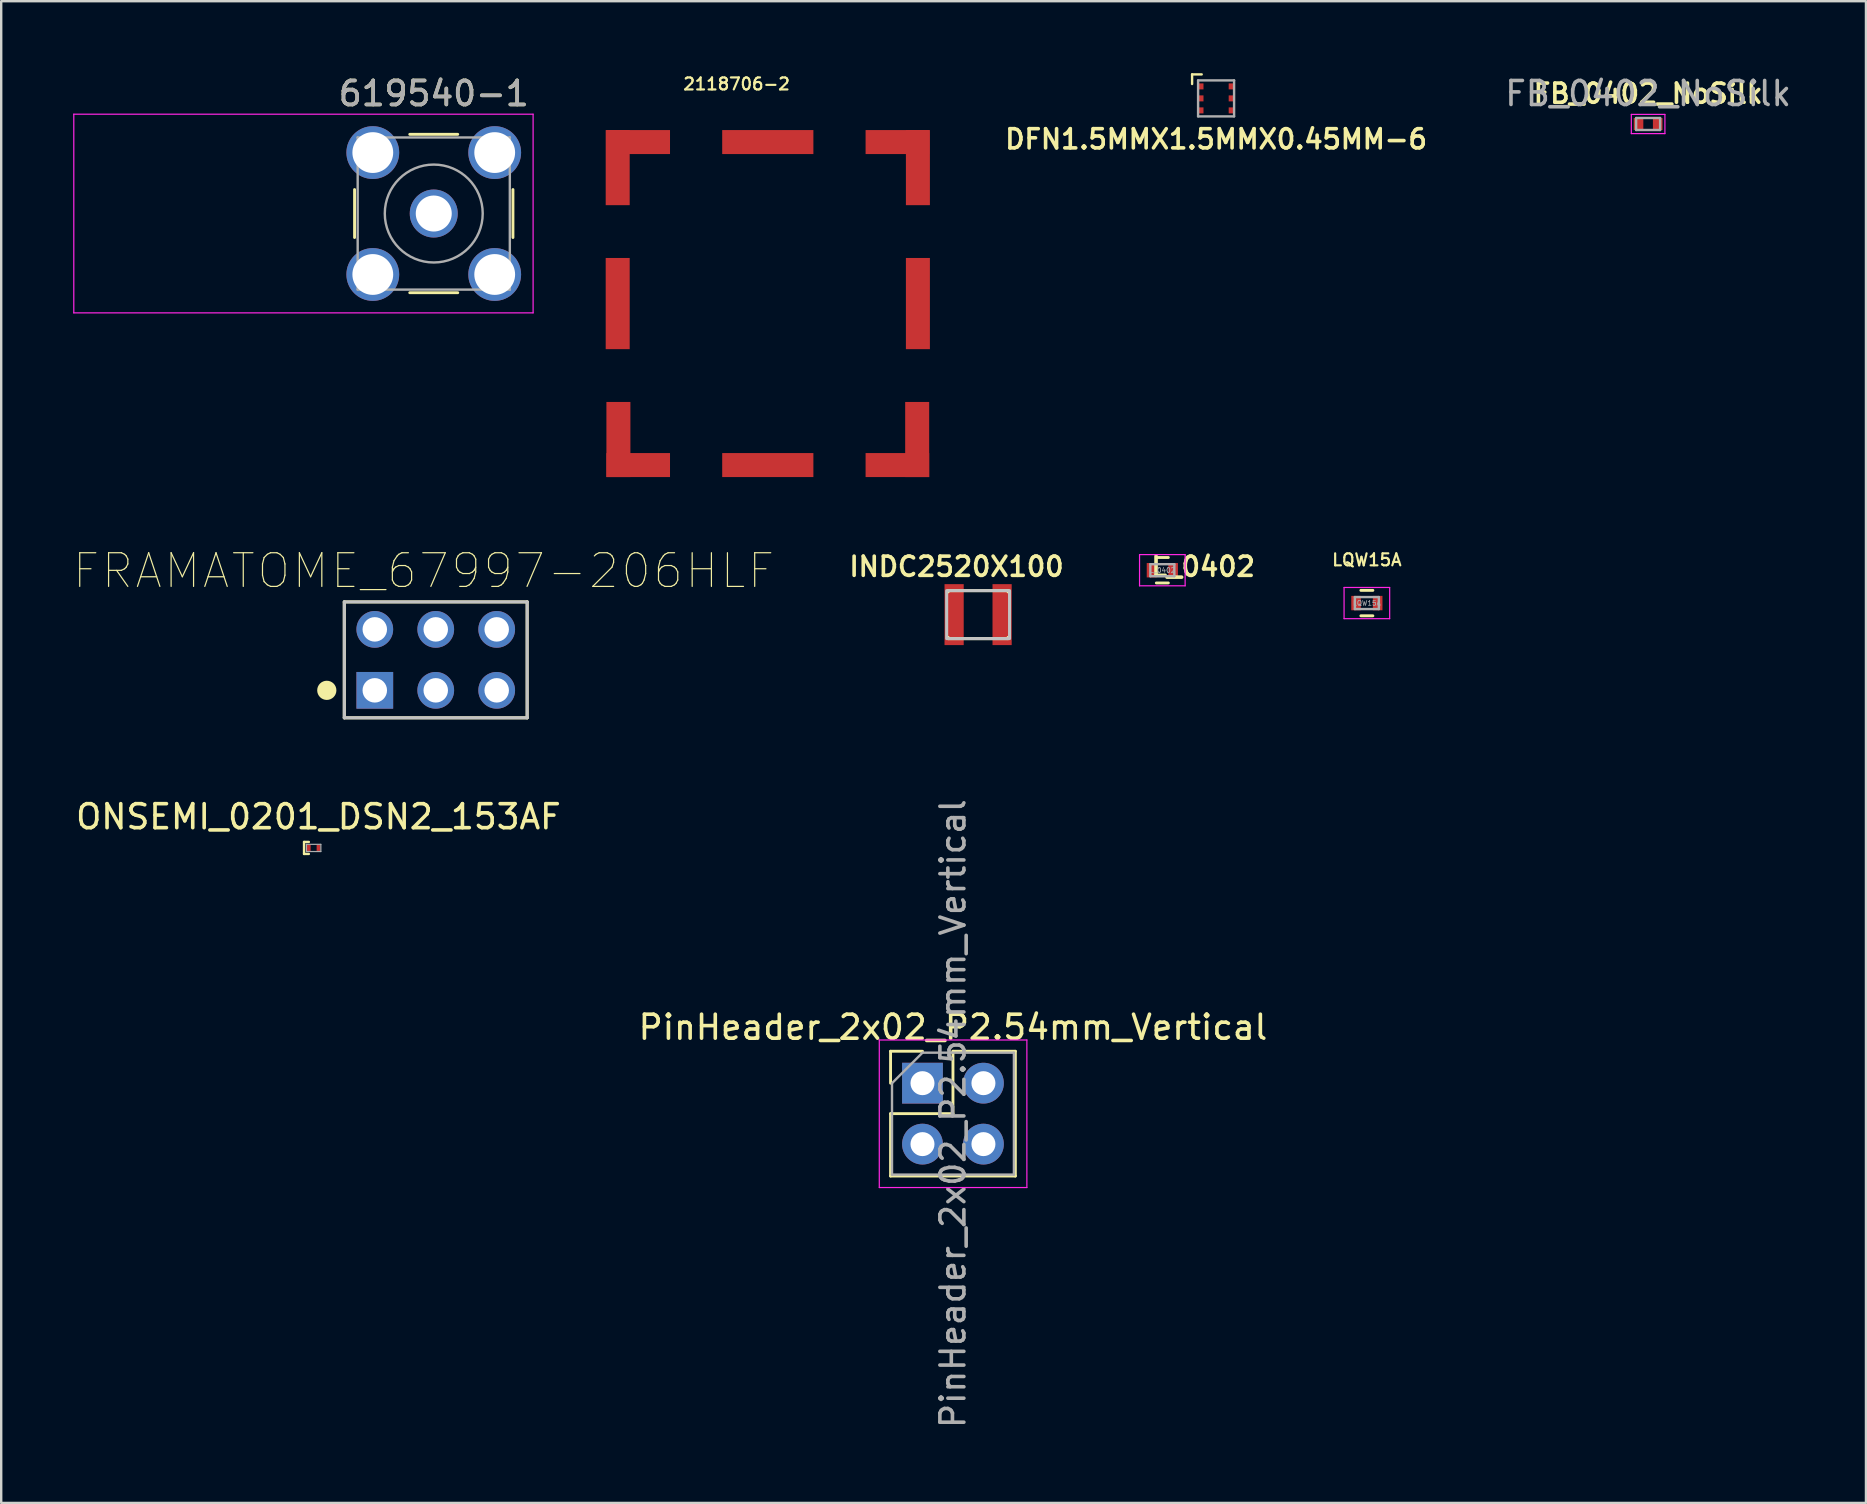
<source format=kicad_pcb>
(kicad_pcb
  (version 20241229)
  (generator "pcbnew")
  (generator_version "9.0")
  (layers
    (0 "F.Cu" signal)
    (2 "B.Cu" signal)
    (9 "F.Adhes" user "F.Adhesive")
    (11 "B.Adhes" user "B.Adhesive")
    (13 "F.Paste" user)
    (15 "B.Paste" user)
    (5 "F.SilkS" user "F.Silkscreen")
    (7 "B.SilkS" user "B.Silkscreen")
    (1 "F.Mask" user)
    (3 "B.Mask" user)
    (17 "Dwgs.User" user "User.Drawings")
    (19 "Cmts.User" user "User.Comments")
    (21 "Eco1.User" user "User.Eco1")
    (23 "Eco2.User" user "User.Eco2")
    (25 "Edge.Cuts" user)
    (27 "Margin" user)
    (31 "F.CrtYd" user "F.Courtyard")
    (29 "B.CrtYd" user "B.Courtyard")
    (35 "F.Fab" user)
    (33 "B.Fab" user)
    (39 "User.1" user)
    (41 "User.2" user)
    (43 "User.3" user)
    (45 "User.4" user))
  (footprint "INDC2520X100"
    (layer "F.Cu")
    (at 37.709 22.562)
    (property "Reference" "INDC2520X100" (at -0.9 -2 0) (layer "F.SilkS") (effects (font (size 0.8 0.8) (thickness 0.15))))
    (attr smd)
    (fp_line (start -1.25 -1) (end -1.25 -0.95) (stroke (width 0.127) (type solid)) (layer "F.SilkS"))
    (fp_line (start -1.25 -1) (end 1.25 -1) (stroke (width 0.127) (type solid)) (layer "F.SilkS"))
    (fp_line (start -1.25 1) (end -1.25 0.95) (stroke (width 0.127) (type solid)) (layer "F.SilkS"))
    (fp_line (start -1.25 1) (end 1.25 1) (stroke (width 0.127) (type solid)) (layer "F.SilkS"))
    (fp_line (start 1.25 -1) (end 1.25 -0.95) (stroke (width 0.127) (type solid)) (layer "F.SilkS"))
    (fp_line (start 1.25 1) (end 1.25 0.95) (stroke (width 0.127) (type solid)) (layer "F.SilkS"))
    (fp_line (start -1.31 1) (end -1.31 -1) (stroke (width 0.127) (type solid)) (layer "Dwgs.User"))
    (fp_line (start -1.25 -1) (end 1.25 -1) (stroke (width 0.127) (type solid)) (layer "Dwgs.User"))
    (fp_line (start 1.25 1) (end -1.25 1) (stroke (width 0.127) (type solid)) (layer "Dwgs.User"))
    (fp_line (start 1.31 -1) (end 1.31 1) (stroke (width 0.127) (type solid)) (layer "Dwgs.User"))
    (fp_line (start -1.723 -1.3) (end 1.723 -1.3) (stroke (width 0.051) (type solid)) (layer "Eco1.User"))
    (fp_line (start -1.723 1.3) (end -1.723 -1.3) (stroke (width 0.051) (type solid)) (layer "Eco1.User"))
    (fp_line (start 1.723 -1.3) (end 1.723 1.3) (stroke (width 0.051) (type solid)) (layer "Eco1.User"))
    (fp_line (start 1.723 1.3) (end -1.723 1.3) (stroke (width 0.051) (type solid)) (layer "Eco1.User"))
    (pad "1" smd rect (at -1 0) (size 0.8 2.54) (layers "F.Cu" "F.Mask" "F.Paste"))
    (pad "2" smd rect (at 1 0) (size 0.8 2.54) (layers "F.Cu" "F.Mask" "F.Paste")))
  (footprint "2118706-2"
    (layer "F.Cu")
    (at 28.945 9.6)
    (property "Reference" "2118706-2" (at -1.3 -9.15 0) (layer "F.SilkS") (effects (font (size 0.5 0.5) (thickness 0.09))))
    (attr through_hole)
    (pad "1" smd rect (at -6.255 -5.665 180) (size 1 3.13) (layers "F.Cu" "F.Mask" "F.Paste"))
    (pad "1" smd rect (at -5.4 -6.73 270) (size 1 2.65) (layers "F.Cu" "F.Mask" "F.Paste"))
    (pad "2" smd rect (at -6.255 0) (size 1 3.8) (layers "F.Cu" "F.Mask" "F.Paste"))
    (pad "3" smd rect (at -6.225 5.665 180) (size 1 3.13) (layers "F.Cu" "F.Mask" "F.Paste"))
    (pad "3" smd rect (at -5.4 6.73 270) (size 1 2.65) (layers "F.Cu" "F.Mask" "F.Paste"))
    (pad "4" smd rect (at 0 6.73 90) (size 1 3.8) (layers "F.Cu" "F.Mask" "F.Paste"))
    (pad "5" smd rect (at 5.4 6.73 270) (size 1 2.65) (layers "F.Cu" "F.Mask" "F.Paste"))
    (pad "5" smd rect (at 6.225 5.665 180) (size 1 3.13) (layers "F.Cu" "F.Mask" "F.Paste"))
    (pad "6" smd rect (at 6.255 0) (size 1 3.8) (layers "F.Cu" "F.Mask" "F.Paste"))
    (pad "7" smd rect (at 5.4 -6.73 270) (size 1 2.65) (layers "F.Cu" "F.Mask" "F.Paste"))
    (pad "7" smd rect (at 6.255 -5.665 180) (size 1 3.13) (layers "F.Cu" "F.Mask" "F.Paste"))
    (pad "8" smd rect (at 0 -6.73 90) (size 1 3.8) (layers "F.Cu" "F.Mask" "F.Paste")))
  (footprint "LQW15A"
    (layer "F.Cu")
    (at 53.909 22.081)
    (property "Reference" "LQW15A" (at 0 -1.8 0) (layer "F.SilkS") (effects (font (size 0.5 0.5) (thickness 0.09))))
    (attr smd)
    (fp_line (start -0.25 0.53) (end 0.25 0.53) (stroke (width 0.12) (type solid)) (layer "F.SilkS"))
    (fp_line (start 0.25 -0.53) (end -0.25 -0.53) (stroke (width 0.12) (type solid)) (layer "F.SilkS"))
    (fp_line (start -0.95 -0.65) (end -0.95 0.65) (stroke (width 0.05) (type solid)) (layer "F.CrtYd"))
    (fp_line (start -0.95 -0.65) (end 0.95 -0.65) (stroke (width 0.05) (type solid)) (layer "F.CrtYd"))
    (fp_line (start -0.95 0.65) (end 0.95 0.65) (stroke (width 0.05) (type solid)) (layer "F.CrtYd"))
    (fp_line (start 0.95 -0.65) (end 0.95 0.65) (stroke (width 0.05) (type solid)) (layer "F.CrtYd"))
    (fp_line (start -0.5 -0.25) (end 0.5 -0.25) (stroke (width 0.1) (type solid)) (layer "F.Fab"))
    (fp_line (start -0.5 0.25) (end -0.5 -0.25) (stroke (width 0.1) (type solid)) (layer "F.Fab"))
    (fp_line (start 0.5 -0.25) (end 0.5 0.25) (stroke (width 0.1) (type solid)) (layer "F.Fab"))
    (fp_line (start 0.5 0.25) (end -0.5 0.25) (stroke (width 0.1) (type solid)) (layer "F.Fab"))
    (fp_text user "${REFERENCE}" (at 0 0 0) (layer "F.Fab") (effects (font (size 0.2 0.2) (thickness 0.03))))
    (pad "1" smd rect (at -0.45 0) (size 0.4 0.6) (layers "F.Cu" "F.Mask" "F.Paste"))
    (pad "2" smd rect (at 0.45 0) (size 0.4 0.6) (layers "F.Cu" "F.Mask" "F.Paste")))
  (footprint "FB_0402_NoSilk"
    (layer "F.Cu")
    (at 65.629 2.118)
    (property "Reference" "FB_0402_NoSilk" (at 0 -1.27 0) (layer "F.SilkS") (effects (font (size 0.8 0.8) (thickness 0.15))))
    (attr smd)
    (fp_line (start -0.7 -0.4) (end -0.7 0.4) (stroke (width 0.05) (type solid)) (layer "F.CrtYd"))
    (fp_line (start -0.7 -0.4) (end 0.7 -0.4) (stroke (width 0.05) (type solid)) (layer "F.CrtYd"))
    (fp_line (start 0.7 0.4) (end -0.7 0.4) (stroke (width 0.05) (type solid)) (layer "F.CrtYd"))
    (fp_line (start 0.7 0.4) (end 0.7 -0.4) (stroke (width 0.05) (type solid)) (layer "F.CrtYd"))
    (fp_line (start -0.5 -0.25) (end 0.5 -0.25) (stroke (width 0.1) (type solid)) (layer "F.Fab"))
    (fp_line (start -0.5 0.25) (end -0.5 -0.25) (stroke (width 0.1) (type solid)) (layer "F.Fab"))
    (fp_line (start 0.5 -0.25) (end 0.5 0.25) (stroke (width 0.1) (type solid)) (layer "F.Fab"))
    (fp_line (start 0.5 0.25) (end -0.5 0.25) (stroke (width 0.1) (type solid)) (layer "F.Fab"))
    (fp_text user "${REFERENCE}" (at 0 -1.27 0) (layer "F.Fab") (effects (font (size 1 1) (thickness 0.15))))
    (pad "1" smd rect (at -0.4 0) (size 0.4 0.5) (layers "F.Cu" "F.Mask" "F.Paste"))
    (pad "2" smd rect (at 0.4 0) (size 0.4 0.5) (layers "F.Cu" "F.Mask" "F.Paste")))
  (footprint "L_0402"
    (layer "F.Cu")
    (at 45.386 20.712)
    (property "Reference" "L_0402" (at 1.7 -0.15 0) (layer "F.SilkS") (effects (font (size 0.8 0.8) (thickness 0.15))))
    (attr smd)
    (fp_line (start -0.25 0.53) (end 0.25 0.53) (stroke (width 0.12) (type solid)) (layer "F.SilkS"))
    (fp_line (start 0.25 -0.53) (end -0.25 -0.53) (stroke (width 0.12) (type solid)) (layer "F.SilkS"))
    (fp_line (start -0.95 -0.65) (end -0.95 0.65) (stroke (width 0.05) (type solid)) (layer "F.CrtYd"))
    (fp_line (start -0.95 -0.65) (end 0.95 -0.65) (stroke (width 0.05) (type solid)) (layer "F.CrtYd"))
    (fp_line (start -0.95 0.65) (end 0.95 0.65) (stroke (width 0.05) (type solid)) (layer "F.CrtYd"))
    (fp_line (start 0.95 -0.65) (end 0.95 0.65) (stroke (width 0.05) (type solid)) (layer "F.CrtYd"))
    (fp_line (start -0.5 -0.25) (end 0.5 -0.25) (stroke (width 0.1) (type solid)) (layer "F.Fab"))
    (fp_line (start -0.5 0.25) (end -0.5 -0.25) (stroke (width 0.1) (type solid)) (layer "F.Fab"))
    (fp_line (start 0.5 -0.25) (end 0.5 0.25) (stroke (width 0.1) (type solid)) (layer "F.Fab"))
    (fp_line (start 0.5 0.25) (end -0.5 0.25) (stroke (width 0.1) (type solid)) (layer "F.Fab"))
    (fp_text user "${REFERENCE}" (at 0 0 0) (layer "F.Fab") (effects (font (size 0.2 0.2) (thickness 0.03))))
    (pad "1" smd rect (at -0.45 0) (size 0.4 0.6) (layers "F.Cu" "F.Mask" "F.Paste"))
    (pad "2" smd rect (at 0.45 0) (size 0.4 0.6) (layers "F.Cu" "F.Mask" "F.Paste")))
  (footprint "DFN1.5MMX1.5MMX0.45MM-6"
    (layer "F.Cu")
    (at 47.626 1.05)
    (property "Reference" "DFN1.5MMX1.5MMX0.45MM-6" (at 0 1.7 0) (layer "F.SilkS") (effects (font (size 0.8 0.8) (thickness 0.15))))
    (attr through_hole)
    (fp_line (start -1 -0.6) (end -1 -1) (stroke (width 0.1) (type solid)) (layer "F.SilkS"))
    (fp_line (start -0.6 -1) (end -1 -1) (stroke (width 0.1) (type solid)) (layer "F.SilkS"))
    (fp_line (start -0.75 -0.75) (end -0.75 0.75) (stroke (width 0.1) (type solid)) (layer "F.Fab"))
    (fp_line (start -0.75 0.75) (end 0.75 0.75) (stroke (width 0.1) (type solid)) (layer "F.Fab"))
    (fp_line (start 0.75 -0.75) (end -0.75 -0.75) (stroke (width 0.1) (type solid)) (layer "F.Fab"))
    (fp_line (start 0.75 0.75) (end 0.75 -0.75) (stroke (width 0.1) (type solid)) (layer "F.Fab"))
    (pad "1" smd rect (at -0.65 -0.5) (size 0.25 0.25) (layers "F.Cu" "F.Mask" "F.Paste"))
    (pad "2" smd rect (at -0.65 0) (size 0.25 0.25) (layers "F.Cu" "F.Mask" "F.Paste"))
    (pad "3" smd rect (at -0.65 0.5) (size 0.25 0.25) (layers "F.Cu" "F.Mask" "F.Paste"))
    (pad "4" smd rect (at 0.65 0.5) (size 0.25 0.25) (layers "F.Cu" "F.Mask" "F.Paste"))
    (pad "5" smd rect (at 0.65 0) (size 0.25 0.25) (layers "F.Cu" "F.Mask" "F.Paste"))
    (pad "6" smd rect (at 0.65 -0.5) (size 0.25 0.25) (layers "F.Cu" "F.Mask" "F.Paste")))
  (footprint "PinHeader_2x02_P2.54mm_Vertical"
    (layer "F.Cu")
    (at 35.391 42.087)
    (property "Reference" "PinHeader_2x02_P2.54mm_Vertical" (at 1.27 -2.33 0) (layer "F.SilkS") (effects (font (size 1 1) (thickness 0.15))))
    (attr through_hole)
    (fp_line (start -1.33 -1.33) (end 0 -1.33) (stroke (width 0.12) (type solid)) (layer "F.SilkS"))
    (fp_line (start -1.33 0) (end -1.33 -1.33) (stroke (width 0.12) (type solid)) (layer "F.SilkS"))
    (fp_line (start -1.33 1.27) (end -1.33 3.87) (stroke (width 0.12) (type solid)) (layer "F.SilkS"))
    (fp_line (start -1.33 1.27) (end 1.27 1.27) (stroke (width 0.12) (type solid)) (layer "F.SilkS"))
    (fp_line (start -1.33 3.87) (end 3.87 3.87) (stroke (width 0.12) (type solid)) (layer "F.SilkS"))
    (fp_line (start 1.27 -1.33) (end 3.87 -1.33) (stroke (width 0.12) (type solid)) (layer "F.SilkS"))
    (fp_line (start 1.27 1.27) (end 1.27 -1.33) (stroke (width 0.12) (type solid)) (layer "F.SilkS"))
    (fp_line (start 3.87 -1.33) (end 3.87 3.87) (stroke (width 0.12) (type solid)) (layer "F.SilkS"))
    (fp_line (start -1.8 -1.8) (end -1.8 4.35) (stroke (width 0.05) (type solid)) (layer "F.CrtYd"))
    (fp_line (start -1.8 4.35) (end 4.35 4.35) (stroke (width 0.05) (type solid)) (layer "F.CrtYd"))
    (fp_line (start 4.35 -1.8) (end -1.8 -1.8) (stroke (width 0.05) (type solid)) (layer "F.CrtYd"))
    (fp_line (start 4.35 4.35) (end 4.35 -1.8) (stroke (width 0.05) (type solid)) (layer "F.CrtYd"))
    (fp_line (start -1.27 0) (end 0 -1.27) (stroke (width 0.1) (type solid)) (layer "F.Fab"))
    (fp_line (start -1.27 3.81) (end -1.27 0) (stroke (width 0.1) (type solid)) (layer "F.Fab"))
    (fp_line (start 0 -1.27) (end 3.81 -1.27) (stroke (width 0.1) (type solid)) (layer "F.Fab"))
    (fp_line (start 3.81 -1.27) (end 3.81 3.81) (stroke (width 0.1) (type solid)) (layer "F.Fab"))
    (fp_line (start 3.81 3.81) (end -1.27 3.81) (stroke (width 0.1) (type solid)) (layer "F.Fab"))
    (fp_text user "${REFERENCE}" (at 1.27 1.27 90) (layer "F.Fab") (effects (font (size 1 1) (thickness 0.15))))
    (pad "1" thru_hole rect (at 0 0) (size 1.7 1.7) (drill 1) (layers "*.Cu" "*.Mask"))
    (pad "2" thru_hole oval (at 2.54 0) (size 1.7 1.7) (drill 1) (layers "*.Cu" "*.Mask"))
    (pad "3" thru_hole oval (at 0 2.54) (size 1.7 1.7) (drill 1) (layers "*.Cu" "*.Mask"))
    (pad "4" thru_hole oval (at 2.54 2.54) (size 1.7 1.7) (drill 1) (layers "*.Cu" "*.Mask")))
  (footprint "619540-1"
    (layer "F.Cu")
    (at 15.025 5.848)
    (property "Reference" "619540-1" (at 0 -5 0) (layer "F.SilkS") (effects (font (size 1 1) (thickness 0.15))))
    (attr through_hole)
    (fp_line (start -3.3 -1) (end -3.3 1) (stroke (width 0.12) (type solid)) (layer "F.SilkS"))
    (fp_line (start -1 -3.3) (end 1 -3.3) (stroke (width 0.12) (type solid)) (layer "F.SilkS"))
    (fp_line (start -1 3.3) (end 1 3.3) (stroke (width 0.12) (type solid)) (layer "F.SilkS"))
    (fp_line (start 3.3 -1) (end 3.3 1) (stroke (width 0.12) (type solid)) (layer "F.SilkS"))
    (fp_line (start -15 -4.14) (end -15 4.14) (stroke (width 0.05) (type solid)) (layer "F.CrtYd"))
    (fp_line (start -15 -4.14) (end 4.14 -4.14) (stroke (width 0.05) (type solid)) (layer "F.CrtYd"))
    (fp_line (start 4.14 4.14) (end -15 4.14) (stroke (width 0.05) (type solid)) (layer "F.CrtYd"))
    (fp_line (start 4.14 4.14) (end 4.14 -4.14) (stroke (width 0.05) (type solid)) (layer "F.CrtYd"))
    (fp_line (start -3.17 -3.17) (end -3.17 3.17) (stroke (width 0.1) (type solid)) (layer "F.Fab"))
    (fp_line (start -3.17 -3.17) (end 3.17 -3.17) (stroke (width 0.1) (type solid)) (layer "F.Fab"))
    (fp_line (start -3.17 3.17) (end 3.17 3.17) (stroke (width 0.1) (type solid)) (layer "F.Fab"))
    (fp_line (start -3.05 -3.05) (end -3.05 -2.03) (stroke (width 0.1) (type solid)) (layer "F.Fab"))
    (fp_line (start -3.05 -3.05) (end -2.03 -3.05) (stroke (width 0.1) (type solid)) (layer "F.Fab"))
    (fp_line (start -3.05 -2.03) (end -2.03 -2.03) (stroke (width 0.1) (type solid)) (layer "F.Fab"))
    (fp_line (start -3.05 2.03) (end -2.03 2.03) (stroke (width 0.1) (type solid)) (layer "F.Fab"))
    (fp_line (start -3.05 3.05) (end -3.05 2.03) (stroke (width 0.1) (type solid)) (layer "F.Fab"))
    (fp_line (start -3.05 3.05) (end -2.03 3.05) (stroke (width 0.1) (type solid)) (layer "F.Fab"))
    (fp_line (start -2.03 -3.05) (end -2.03 -2.03) (stroke (width 0.1) (type solid)) (layer "F.Fab"))
    (fp_line (start -2.03 2.03) (end -2.03 3.05) (stroke (width 0.1) (type solid)) (layer "F.Fab"))
    (fp_line (start 2.03 -3.05) (end 2.03 -2.03) (stroke (width 0.1) (type solid)) (layer "F.Fab"))
    (fp_line (start 2.03 -3.05) (end 3.05 -3.05) (stroke (width 0.1) (type solid)) (layer "F.Fab"))
    (fp_line (start 2.03 -2.03) (end 3.05 -2.03) (stroke (width 0.1) (type solid)) (layer "F.Fab"))
    (fp_line (start 2.03 2.03) (end 2.03 3.05) (stroke (width 0.1) (type solid)) (layer "F.Fab"))
    (fp_line (start 2.03 3.05) (end 3.05 3.05) (stroke (width 0.1) (type solid)) (layer "F.Fab"))
    (fp_line (start 3.05 -3.05) (end 3.05 -2.03) (stroke (width 0.1) (type solid)) (layer "F.Fab"))
    (fp_line (start 3.05 2.03) (end 2.03 2.03) (stroke (width 0.1) (type solid)) (layer "F.Fab"))
    (fp_line (start 3.05 2.03) (end 3.05 3.05) (stroke (width 0.1) (type solid)) (layer "F.Fab"))
    (fp_line (start 3.17 -3.17) (end 3.17 3.17) (stroke (width 0.1) (type solid)) (layer "F.Fab"))
    (fp_circle (center 0 0) (end 0.635 0) (stroke (width 0.1) (type solid)) (fill no) (layer "F.Fab"))
    (fp_circle (center 0 0) (end 2.04 0) (stroke (width 0.1) (type solid)) (fill no) (layer "F.Fab"))
    (fp_text user "${REFERENCE}" (at 0 -5 0) (layer "F.Fab") (effects (font (size 1 1) (thickness 0.15))))
    (pad "1" thru_hole circle (at 0 0) (size 2 2) (drill 1.5) (layers "*.Cu" "*.Mask"))
    (pad "2" thru_hole circle (at -2.54 -2.54) (size 2.2 2.2) (drill 1.7) (layers "*.Cu" "*.Mask"))
    (pad "2" thru_hole circle (at -2.54 2.54) (size 2.2 2.2) (drill 1.7) (layers "*.Cu" "*.Mask"))
    (pad "2" thru_hole circle (at 2.54 -2.54) (size 2.2 2.2) (drill 1.7) (layers "*.Cu" "*.Mask"))
    (pad "2" thru_hole circle (at 2.54 2.54) (size 2.2 2.2) (drill 1.7) (layers "*.Cu" "*.Mask")))
  (footprint "FRAMATOME_67997-206HLF"
    (layer "F.Cu")
    (at 15.108 24.447)
    (property "Reference" "FRAMATOME_67997-206HLF" (at -0.505 -3.708 0) (layer "F.SilkS") (effects (font (size 1.403 1.403) (thickness 0.05))))
    (attr through_hole)
    (fp_line (start -3.81 -2.415) (end 3.81 -2.415) (stroke (width 0.127) (type solid)) (layer "F.SilkS"))
    (fp_line (start -3.81 2.415) (end -3.81 -2.415) (stroke (width 0.127) (type solid)) (layer "F.SilkS"))
    (fp_line (start 3.81 -2.415) (end 3.81 2.415) (stroke (width 0.127) (type solid)) (layer "F.SilkS"))
    (fp_line (start 3.81 2.415) (end -3.81 2.415) (stroke (width 0.127) (type solid)) (layer "F.SilkS"))
    (fp_circle (center -4.54 1.27) (end -4.34 1.27) (stroke (width 0.4) (type solid)) (fill no) (layer "F.SilkS"))
    (fp_line (start -3.81 -2.415) (end 3.81 -2.415) (stroke (width 0.127) (type solid)) (layer "Dwgs.User"))
    (fp_line (start -3.81 2.415) (end -3.81 -2.415) (stroke (width 0.127) (type solid)) (layer "Dwgs.User"))
    (fp_line (start 3.81 -2.415) (end 3.81 2.415) (stroke (width 0.127) (type solid)) (layer "Dwgs.User"))
    (fp_line (start 3.81 2.415) (end -3.81 2.415) (stroke (width 0.127) (type solid)) (layer "Dwgs.User"))
    (fp_circle (center -2.54 1.27) (end -2.34 1.27) (stroke (width 0.4) (type solid)) (fill no) (layer "Dwgs.User"))
    (fp_line (start -4.06 -2.665) (end 4.06 -2.665) (stroke (width 0.05) (type solid)) (layer "Eco1.User"))
    (fp_line (start -4.06 2.665) (end -4.06 -2.665) (stroke (width 0.05) (type solid)) (layer "Eco1.User"))
    (fp_line (start 4.06 -2.665) (end 4.06 2.665) (stroke (width 0.05) (type solid)) (layer "Eco1.User"))
    (fp_line (start 4.06 2.665) (end -4.06 2.665) (stroke (width 0.05) (type solid)) (layer "Eco1.User"))
    (pad "1" thru_hole rect (at -2.54 1.27) (size 1.53 1.53) (drill 1.02) (layers "*.Cu" "*.Mask"))
    (pad "2" thru_hole circle (at -2.54 -1.27) (size 1.53 1.53) (drill 1.02) (layers "*.Cu" "*.Mask"))
    (pad "3" thru_hole circle (at 0 1.27) (size 1.53 1.53) (drill 1.02) (layers "*.Cu" "*.Mask"))
    (pad "4" thru_hole circle (at 0 -1.27) (size 1.53 1.53) (drill 1.02) (layers "*.Cu" "*.Mask"))
    (pad "5" thru_hole circle (at 2.54 1.27) (size 1.53 1.53) (drill 1.02) (layers "*.Cu" "*.Mask"))
    (pad "6" thru_hole circle (at 2.54 -1.27) (size 1.53 1.53) (drill 1.02) (layers "*.Cu" "*.Mask")))
  (footprint "ONSEMI_0201_DSN2_153AF"
    (layer "F.Cu")
    (at 10.02 32.285)
    (property "Reference" "ONSEMI_0201_DSN2_153AF" (at 0.2 -1.3 0) (layer "F.SilkS") (effects (font (size 1 1) (thickness 0.15))))
    (attr through_hole)
    (fp_line (start -0.4 -0.25) (end -0.2 -0.25) (stroke (width 0.1) (type solid)) (layer "F.SilkS"))
    (fp_line (start -0.4 0.25) (end -0.4 -0.25) (stroke (width 0.1) (type solid)) (layer "F.SilkS"))
    (fp_line (start -0.2 0.25) (end -0.4 0.25) (stroke (width 0.1) (type solid)) (layer "F.SilkS"))
    (fp_line (start -0.3 -0.15) (end -0.3 0.15) (stroke (width 0.05) (type solid)) (layer "F.Fab"))
    (fp_line (start -0.3 0.15) (end 0.3 0.15) (stroke (width 0.05) (type solid)) (layer "F.Fab"))
    (fp_line (start 0.3 -0.15) (end -0.3 -0.15) (stroke (width 0.05) (type solid)) (layer "F.Fab"))
    (fp_line (start 0.3 0.15) (end 0.3 -0.15) (stroke (width 0.05) (type solid)) (layer "F.Fab"))
    (pad "1" smd rect (at -0.2 0) (size 0.15 0.25) (layers "F.Cu" "F.Mask" "F.Paste"))
    (pad "2" smd rect (at 0.2 0) (size 0.15 0.25) (layers "F.Cu" "F.Mask" "F.Paste")))
  (gr_rect
    (start -3 -3)
    (end 74.707 59.578)
    (stroke (width 0.1) (type default))
    (fill no)
    (layer "Edge.Cuts")))
</source>
